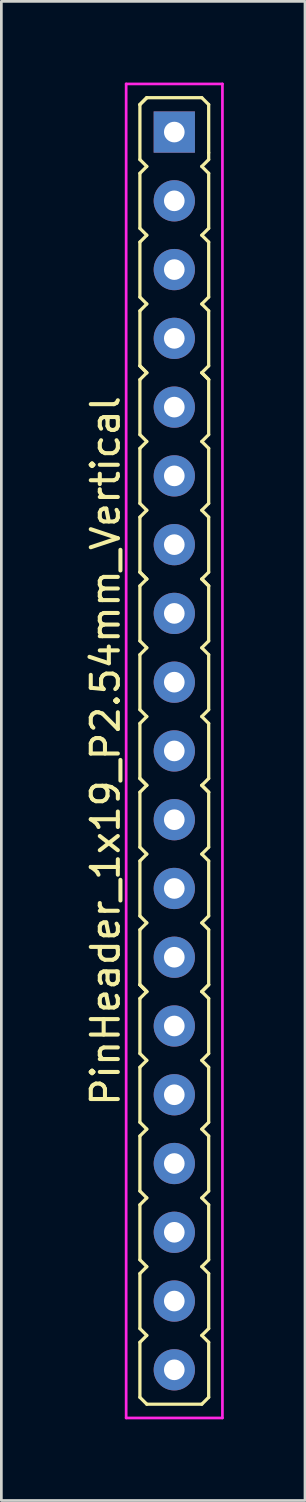
<source format=kicad_pcb>
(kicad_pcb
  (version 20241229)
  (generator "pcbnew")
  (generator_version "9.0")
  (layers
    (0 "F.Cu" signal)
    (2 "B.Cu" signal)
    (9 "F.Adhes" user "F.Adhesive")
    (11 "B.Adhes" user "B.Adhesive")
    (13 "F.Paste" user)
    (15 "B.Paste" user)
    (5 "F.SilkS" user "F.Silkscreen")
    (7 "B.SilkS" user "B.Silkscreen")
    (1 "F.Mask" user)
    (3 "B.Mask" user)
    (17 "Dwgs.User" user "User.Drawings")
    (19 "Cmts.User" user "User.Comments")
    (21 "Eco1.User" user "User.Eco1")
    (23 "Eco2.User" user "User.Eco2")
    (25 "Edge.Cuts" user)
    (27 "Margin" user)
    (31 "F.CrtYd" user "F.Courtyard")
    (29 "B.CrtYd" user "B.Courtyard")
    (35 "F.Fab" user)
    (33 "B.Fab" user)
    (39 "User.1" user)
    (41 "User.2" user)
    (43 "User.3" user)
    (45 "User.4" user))
  (footprint "PinHeader_1x19_P2.54mm_Vertical"
    (layer "F.Cu")
    (at 3.388 24.688)
    (property "Reference" "PinHeader_1x19_P2.54mm_Vertical" (at -2.54 0 90) (layer "F.SilkS") (effects (font (size 1 1) (thickness 0.15))))
    (attr through_hole)
    (fp_line (start -1.27 -23.876) (end -1.016 -24.13) (stroke (width 0.12) (type solid)) (layer "F.SilkS"))
    (fp_line (start -1.27 -23.876) (end -1.016 -24.13) (stroke (width 0.12) (type solid)) (layer "F.SilkS"))
    (fp_line (start -1.27 -21.844) (end -1.27 -23.876) (stroke (width 0.12) (type solid)) (layer "F.SilkS"))
    (fp_line (start -1.27 -21.336) (end -1.016 -21.59) (stroke (width 0.12) (type solid)) (layer "F.SilkS"))
    (fp_line (start -1.27 -19.304) (end -1.27 -21.336) (stroke (width 0.12) (type solid)) (layer "F.SilkS"))
    (fp_line (start -1.27 -18.796) (end -1.016 -19.05) (stroke (width 0.12) (type solid)) (layer "F.SilkS"))
    (fp_line (start -1.27 -16.764) (end -1.27 -18.796) (stroke (width 0.12) (type solid)) (layer "F.SilkS"))
    (fp_line (start -1.27 -16.256) (end -1.016 -16.51) (stroke (width 0.12) (type solid)) (layer "F.SilkS"))
    (fp_line (start -1.27 -14.224) (end -1.27 -16.256) (stroke (width 0.12) (type solid)) (layer "F.SilkS"))
    (fp_line (start -1.27 -13.716) (end -1.016 -13.97) (stroke (width 0.12) (type solid)) (layer "F.SilkS"))
    (fp_line (start -1.27 -11.684) (end -1.27 -13.716) (stroke (width 0.12) (type solid)) (layer "F.SilkS"))
    (fp_line (start -1.27 -11.176) (end -1.016 -11.43) (stroke (width 0.12) (type solid)) (layer "F.SilkS"))
    (fp_line (start -1.27 -9.144) (end -1.27 -11.176) (stroke (width 0.12) (type solid)) (layer "F.SilkS"))
    (fp_line (start -1.27 -8.636) (end -1.016 -8.89) (stroke (width 0.12) (type solid)) (layer "F.SilkS"))
    (fp_line (start -1.27 -6.604) (end -1.27 -8.636) (stroke (width 0.12) (type solid)) (layer "F.SilkS"))
    (fp_line (start -1.27 -6.096) (end -1.016 -6.35) (stroke (width 0.12) (type solid)) (layer "F.SilkS"))
    (fp_line (start -1.27 -4.064) (end -1.27 -6.096) (stroke (width 0.12) (type solid)) (layer "F.SilkS"))
    (fp_line (start -1.27 -3.556) (end -1.016 -3.81) (stroke (width 0.12) (type solid)) (layer "F.SilkS"))
    (fp_line (start -1.27 -1.524) (end -1.27 -3.556) (stroke (width 0.12) (type solid)) (layer "F.SilkS"))
    (fp_line (start -1.27 -1.016) (end -1.016 -1.27) (stroke (width 0.12) (type solid)) (layer "F.SilkS"))
    (fp_line (start -1.27 1.016) (end -1.27 -1.016) (stroke (width 0.12) (type solid)) (layer "F.SilkS"))
    (fp_line (start -1.27 1.524) (end -1.016 1.27) (stroke (width 0.12) (type solid)) (layer "F.SilkS"))
    (fp_line (start -1.27 3.556) (end -1.27 1.524) (stroke (width 0.12) (type solid)) (layer "F.SilkS"))
    (fp_line (start -1.27 4.064) (end -1.016 3.81) (stroke (width 0.12) (type solid)) (layer "F.SilkS"))
    (fp_line (start -1.27 6.096) (end -1.27 4.064) (stroke (width 0.12) (type solid)) (layer "F.SilkS"))
    (fp_line (start -1.27 6.604) (end -1.016 6.35) (stroke (width 0.12) (type solid)) (layer "F.SilkS"))
    (fp_line (start -1.27 8.636) (end -1.27 6.604) (stroke (width 0.12) (type solid)) (layer "F.SilkS"))
    (fp_line (start -1.27 9.144) (end -1.016 8.89) (stroke (width 0.12) (type solid)) (layer "F.SilkS"))
    (fp_line (start -1.27 11.176) (end -1.27 9.144) (stroke (width 0.12) (type solid)) (layer "F.SilkS"))
    (fp_line (start -1.27 11.684) (end -1.016 11.43) (stroke (width 0.12) (type solid)) (layer "F.SilkS"))
    (fp_line (start -1.27 13.716) (end -1.27 11.684) (stroke (width 0.12) (type solid)) (layer "F.SilkS"))
    (fp_line (start -1.27 14.224) (end -1.016 13.97) (stroke (width 0.12) (type solid)) (layer "F.SilkS"))
    (fp_line (start -1.27 16.256) (end -1.27 14.224) (stroke (width 0.12) (type solid)) (layer "F.SilkS"))
    (fp_line (start -1.27 16.764) (end -1.016 16.51) (stroke (width 0.12) (type solid)) (layer "F.SilkS"))
    (fp_line (start -1.27 18.796) (end -1.27 16.764) (stroke (width 0.12) (type solid)) (layer "F.SilkS"))
    (fp_line (start -1.27 19.304) (end -1.016 19.05) (stroke (width 0.12) (type solid)) (layer "F.SilkS"))
    (fp_line (start -1.27 21.336) (end -1.27 19.304) (stroke (width 0.12) (type solid)) (layer "F.SilkS"))
    (fp_line (start -1.27 21.336) (end -1.016 21.59) (stroke (width 0.12) (type solid)) (layer "F.SilkS"))
    (fp_line (start -1.27 21.844) (end -1.016 21.59) (stroke (width 0.12) (type solid)) (layer "F.SilkS"))
    (fp_line (start -1.27 23.876) (end -1.27 21.844) (stroke (width 0.12) (type solid)) (layer "F.SilkS"))
    (fp_line (start -1.016 -21.59) (end -1.27 -21.844) (stroke (width 0.12) (type solid)) (layer "F.SilkS"))
    (fp_line (start -1.016 -19.05) (end -1.27 -19.304) (stroke (width 0.12) (type solid)) (layer "F.SilkS"))
    (fp_line (start -1.016 -16.51) (end -1.27 -16.764) (stroke (width 0.12) (type solid)) (layer "F.SilkS"))
    (fp_line (start -1.016 -13.97) (end -1.27 -14.224) (stroke (width 0.12) (type solid)) (layer "F.SilkS"))
    (fp_line (start -1.016 -13.97) (end -1.27 -14.224) (stroke (width 0.12) (type solid)) (layer "F.SilkS"))
    (fp_line (start -1.016 -11.43) (end -1.27 -11.684) (stroke (width 0.12) (type solid)) (layer "F.SilkS"))
    (fp_line (start -1.016 -8.89) (end -1.27 -9.144) (stroke (width 0.12) (type solid)) (layer "F.SilkS"))
    (fp_line (start -1.016 -6.35) (end -1.27 -6.604) (stroke (width 0.12) (type solid)) (layer "F.SilkS"))
    (fp_line (start -1.016 -6.35) (end -1.27 -6.604) (stroke (width 0.12) (type solid)) (layer "F.SilkS"))
    (fp_line (start -1.016 -3.81) (end -1.27 -4.064) (stroke (width 0.12) (type solid)) (layer "F.SilkS"))
    (fp_line (start -1.016 -1.27) (end -1.27 -1.524) (stroke (width 0.12) (type solid)) (layer "F.SilkS"))
    (fp_line (start -1.016 1.27) (end -1.27 1.016) (stroke (width 0.12) (type solid)) (layer "F.SilkS"))
    (fp_line (start -1.016 1.27) (end -1.27 1.016) (stroke (width 0.12) (type solid)) (layer "F.SilkS"))
    (fp_line (start -1.016 3.81) (end -1.27 3.556) (stroke (width 0.12) (type solid)) (layer "F.SilkS"))
    (fp_line (start -1.016 6.35) (end -1.27 6.096) (stroke (width 0.12) (type solid)) (layer "F.SilkS"))
    (fp_line (start -1.016 8.89) (end -1.27 8.636) (stroke (width 0.12) (type solid)) (layer "F.SilkS"))
    (fp_line (start -1.016 8.89) (end -1.27 8.636) (stroke (width 0.12) (type solid)) (layer "F.SilkS"))
    (fp_line (start -1.016 8.89) (end -1.27 8.636) (stroke (width 0.12) (type solid)) (layer "F.SilkS"))
    (fp_line (start -1.016 11.43) (end -1.27 11.176) (stroke (width 0.12) (type solid)) (layer "F.SilkS"))
    (fp_line (start -1.016 13.97) (end -1.27 13.716) (stroke (width 0.12) (type solid)) (layer "F.SilkS"))
    (fp_line (start -1.016 16.51) (end -1.27 16.256) (stroke (width 0.12) (type solid)) (layer "F.SilkS"))
    (fp_line (start -1.016 19.05) (end -1.27 18.796) (stroke (width 0.12) (type solid)) (layer "F.SilkS"))
    (fp_line (start -1.016 24.13) (end -1.27 23.876) (stroke (width 0.12) (type solid)) (layer "F.SilkS"))
    (fp_line (start -1.016 24.13) (end 1.016 24.13) (stroke (width 0.12) (type solid)) (layer "F.SilkS"))
    (fp_line (start 1.016 -24.13) (end -1.016 -24.13) (stroke (width 0.12) (type solid)) (layer "F.SilkS"))
    (fp_line (start 1.016 -21.59) (end 1.27 -21.336) (stroke (width 0.12) (type solid)) (layer "F.SilkS"))
    (fp_line (start 1.016 -19.05) (end 1.27 -18.796) (stroke (width 0.12) (type solid)) (layer "F.SilkS"))
    (fp_line (start 1.016 -16.51) (end 1.27 -16.256) (stroke (width 0.12) (type solid)) (layer "F.SilkS"))
    (fp_line (start 1.016 -13.97) (end 1.27 -13.716) (stroke (width 0.12) (type solid)) (layer "F.SilkS"))
    (fp_line (start 1.016 -13.97) (end 1.27 -13.716) (stroke (width 0.12) (type solid)) (layer "F.SilkS"))
    (fp_line (start 1.016 -11.43) (end 1.27 -11.176) (stroke (width 0.12) (type solid)) (layer "F.SilkS"))
    (fp_line (start 1.016 -8.89) (end 1.27 -8.636) (stroke (width 0.12) (type solid)) (layer "F.SilkS"))
    (fp_line (start 1.016 -6.35) (end 1.27 -6.096) (stroke (width 0.12) (type solid)) (layer "F.SilkS"))
    (fp_line (start 1.016 -6.35) (end 1.27 -6.096) (stroke (width 0.12) (type solid)) (layer "F.SilkS"))
    (fp_line (start 1.016 -3.81) (end 1.27 -3.556) (stroke (width 0.12) (type solid)) (layer "F.SilkS"))
    (fp_line (start 1.016 -1.27) (end 1.27 -1.016) (stroke (width 0.12) (type solid)) (layer "F.SilkS"))
    (fp_line (start 1.016 1.27) (end 1.27 1.524) (stroke (width 0.12) (type solid)) (layer "F.SilkS"))
    (fp_line (start 1.016 1.27) (end 1.27 1.524) (stroke (width 0.12) (type solid)) (layer "F.SilkS"))
    (fp_line (start 1.016 3.81) (end 1.27 4.064) (stroke (width 0.12) (type solid)) (layer "F.SilkS"))
    (fp_line (start 1.016 6.35) (end 1.27 6.604) (stroke (width 0.12) (type solid)) (layer "F.SilkS"))
    (fp_line (start 1.016 8.89) (end 1.27 9.144) (stroke (width 0.12) (type solid)) (layer "F.SilkS"))
    (fp_line (start 1.016 11.43) (end 1.27 11.684) (stroke (width 0.12) (type solid)) (layer "F.SilkS"))
    (fp_line (start 1.016 13.97) (end 1.27 14.224) (stroke (width 0.12) (type solid)) (layer "F.SilkS"))
    (fp_line (start 1.016 16.51) (end 1.27 16.764) (stroke (width 0.12) (type solid)) (layer "F.SilkS"))
    (fp_line (start 1.016 19.05) (end 1.27 19.304) (stroke (width 0.12) (type solid)) (layer "F.SilkS"))
    (fp_line (start 1.016 21.59) (end 1.27 21.336) (stroke (width 0.12) (type solid)) (layer "F.SilkS"))
    (fp_line (start 1.016 21.59) (end 1.27 21.844) (stroke (width 0.12) (type solid)) (layer "F.SilkS"))
    (fp_line (start 1.27 -23.876) (end 1.016 -24.13) (stroke (width 0.12) (type solid)) (layer "F.SilkS"))
    (fp_line (start 1.27 -23.876) (end 1.27 -22.098) (stroke (width 0.12) (type solid)) (layer "F.SilkS"))
    (fp_line (start 1.27 -22.098) (end 1.27 -21.844) (stroke (width 0.12) (type solid)) (layer "F.SilkS"))
    (fp_line (start 1.27 -21.844) (end 1.016 -21.59) (stroke (width 0.12) (type solid)) (layer "F.SilkS"))
    (fp_line (start 1.27 -21.336) (end 1.27 -19.304) (stroke (width 0.12) (type solid)) (layer "F.SilkS"))
    (fp_line (start 1.27 -19.304) (end 1.016 -19.05) (stroke (width 0.12) (type solid)) (layer "F.SilkS"))
    (fp_line (start 1.27 -18.796) (end 1.27 -16.764) (stroke (width 0.12) (type solid)) (layer "F.SilkS"))
    (fp_line (start 1.27 -16.764) (end 1.016 -16.51) (stroke (width 0.12) (type solid)) (layer "F.SilkS"))
    (fp_line (start 1.27 -16.256) (end 1.27 -14.224) (stroke (width 0.12) (type solid)) (layer "F.SilkS"))
    (fp_line (start 1.27 -14.224) (end 1.016 -13.97) (stroke (width 0.12) (type solid)) (layer "F.SilkS"))
    (fp_line (start 1.27 -13.716) (end 1.27 -11.684) (stroke (width 0.12) (type solid)) (layer "F.SilkS"))
    (fp_line (start 1.27 -11.684) (end 1.016 -11.43) (stroke (width 0.12) (type solid)) (layer "F.SilkS"))
    (fp_line (start 1.27 -11.176) (end 1.27 -9.144) (stroke (width 0.12) (type solid)) (layer "F.SilkS"))
    (fp_line (start 1.27 -9.144) (end 1.016 -8.89) (stroke (width 0.12) (type solid)) (layer "F.SilkS"))
    (fp_line (start 1.27 -8.636) (end 1.27 -6.604) (stroke (width 0.12) (type solid)) (layer "F.SilkS"))
    (fp_line (start 1.27 -6.604) (end 1.016 -6.35) (stroke (width 0.12) (type solid)) (layer "F.SilkS"))
    (fp_line (start 1.27 -6.096) (end 1.27 -4.064) (stroke (width 0.12) (type solid)) (layer "F.SilkS"))
    (fp_line (start 1.27 -4.064) (end 1.016 -3.81) (stroke (width 0.12) (type solid)) (layer "F.SilkS"))
    (fp_line (start 1.27 -3.556) (end 1.27 -1.524) (stroke (width 0.12) (type solid)) (layer "F.SilkS"))
    (fp_line (start 1.27 -1.524) (end 1.016 -1.27) (stroke (width 0.12) (type solid)) (layer "F.SilkS"))
    (fp_line (start 1.27 -1.016) (end 1.27 1.016) (stroke (width 0.12) (type solid)) (layer "F.SilkS"))
    (fp_line (start 1.27 1.016) (end 1.016 1.27) (stroke (width 0.12) (type solid)) (layer "F.SilkS"))
    (fp_line (start 1.27 1.524) (end 1.27 3.556) (stroke (width 0.12) (type solid)) (layer "F.SilkS"))
    (fp_line (start 1.27 3.556) (end 1.016 3.81) (stroke (width 0.12) (type solid)) (layer "F.SilkS"))
    (fp_line (start 1.27 4.064) (end 1.27 6.096) (stroke (width 0.12) (type solid)) (layer "F.SilkS"))
    (fp_line (start 1.27 6.096) (end 1.016 6.35) (stroke (width 0.12) (type solid)) (layer "F.SilkS"))
    (fp_line (start 1.27 6.604) (end 1.27 8.636) (stroke (width 0.12) (type solid)) (layer "F.SilkS"))
    (fp_line (start 1.27 8.636) (end 1.016 8.89) (stroke (width 0.12) (type solid)) (layer "F.SilkS"))
    (fp_line (start 1.27 8.636) (end 1.016 8.89) (stroke (width 0.12) (type solid)) (layer "F.SilkS"))
    (fp_line (start 1.27 9.144) (end 1.27 11.176) (stroke (width 0.12) (type solid)) (layer "F.SilkS"))
    (fp_line (start 1.27 11.176) (end 1.016 11.43) (stroke (width 0.12) (type solid)) (layer "F.SilkS"))
    (fp_line (start 1.27 11.684) (end 1.27 13.716) (stroke (width 0.12) (type solid)) (layer "F.SilkS"))
    (fp_line (start 1.27 13.716) (end 1.016 13.97) (stroke (width 0.12) (type solid)) (layer "F.SilkS"))
    (fp_line (start 1.27 14.224) (end 1.27 16.256) (stroke (width 0.12) (type solid)) (layer "F.SilkS"))
    (fp_line (start 1.27 16.256) (end 1.016 16.51) (stroke (width 0.12) (type solid)) (layer "F.SilkS"))
    (fp_line (start 1.27 16.764) (end 1.27 18.796) (stroke (width 0.12) (type solid)) (layer "F.SilkS"))
    (fp_line (start 1.27 18.796) (end 1.016 19.05) (stroke (width 0.12) (type solid)) (layer "F.SilkS"))
    (fp_line (start 1.27 19.304) (end 1.27 21.336) (stroke (width 0.12) (type solid)) (layer "F.SilkS"))
    (fp_line (start 1.27 21.844) (end 1.27 23.876) (stroke (width 0.12) (type solid)) (layer "F.SilkS"))
    (fp_line (start 1.27 23.876) (end 1.016 24.13) (stroke (width 0.12) (type solid)) (layer "F.SilkS"))
    (fp_line (start -1.778 24.638) (end -1.778 -24.638) (stroke (width 0.1) (type solid)) (layer "F.CrtYd"))
    (fp_line (start -1.778 24.638) (end 1.778 24.638) (stroke (width 0.1) (type solid)) (layer "F.CrtYd"))
    (fp_line (start 1.778 -24.638) (end -1.778 -24.638) (stroke (width 0.1) (type solid)) (layer "F.CrtYd"))
    (fp_line (start 1.778 -24.638) (end 1.778 24.638) (stroke (width 0.1) (type solid)) (layer "F.CrtYd"))
    (pad "1" thru_hole rect (at 0 -22.86) (size 1.524 1.524) (drill 0.762) (layers "*.Cu" "*.Mask"))
    (pad "2" thru_hole oval (at 0 -20.32) (size 1.524 1.524) (drill 0.762) (layers "*.Cu" "*.Mask"))
    (pad "3" thru_hole oval (at 0 -17.78) (size 1.524 1.524) (drill 0.762) (layers "*.Cu" "*.Mask"))
    (pad "4" thru_hole oval (at 0 -15.24) (size 1.524 1.524) (drill 0.762) (layers "*.Cu" "*.Mask"))
    (pad "5" thru_hole oval (at 0 -12.7) (size 1.524 1.524) (drill 0.762) (layers "*.Cu" "*.Mask"))
    (pad "6" thru_hole oval (at 0 -10.16) (size 1.524 1.524) (drill 0.762) (layers "*.Cu" "*.Mask"))
    (pad "7" thru_hole oval (at 0 -7.62) (size 1.524 1.524) (drill 0.762) (layers "*.Cu" "*.Mask"))
    (pad "8" thru_hole oval (at 0 -5.08) (size 1.524 1.524) (drill 0.762) (layers "*.Cu" "*.Mask"))
    (pad "9" thru_hole oval (at 0 -2.54) (size 1.524 1.524) (drill 0.762) (layers "*.Cu" "*.Mask"))
    (pad "10" thru_hole oval (at 0 0) (size 1.524 1.524) (drill 0.762) (layers "*.Cu" "*.Mask"))
    (pad "11" thru_hole oval (at 0 2.54) (size 1.524 1.524) (drill 0.762) (layers "*.Cu" "*.Mask"))
    (pad "12" thru_hole oval (at 0 5.08) (size 1.524 1.524) (drill 0.762) (layers "*.Cu" "*.Mask"))
    (pad "13" thru_hole oval (at 0 7.62) (size 1.524 1.524) (drill 0.762) (layers "*.Cu" "*.Mask"))
    (pad "14" thru_hole oval (at 0 10.16) (size 1.524 1.524) (drill 0.762) (layers "*.Cu" "*.Mask"))
    (pad "15" thru_hole oval (at 0 12.7) (size 1.524 1.524) (drill 0.762) (layers "*.Cu" "*.Mask"))
    (pad "16" thru_hole oval (at 0 15.24) (size 1.524 1.524) (drill 0.762) (layers "*.Cu" "*.Mask"))
    (pad "17" thru_hole oval (at 0 17.78) (size 1.524 1.524) (drill 0.762) (layers "*.Cu" "*.Mask"))
    (pad "18" thru_hole oval (at 0 20.32) (size 1.524 1.524) (drill 0.762) (layers "*.Cu" "*.Mask"))
    (pad "19" thru_hole oval (at 0 22.86) (size 1.524 1.524) (drill 0.762) (layers "*.Cu" "*.Mask")))
  (gr_rect
    (start -3 -3)
    (end 8.216 52.376)
    (stroke (width 0.1) (type default))
    (fill no)
    (layer "Edge.Cuts")))
</source>
